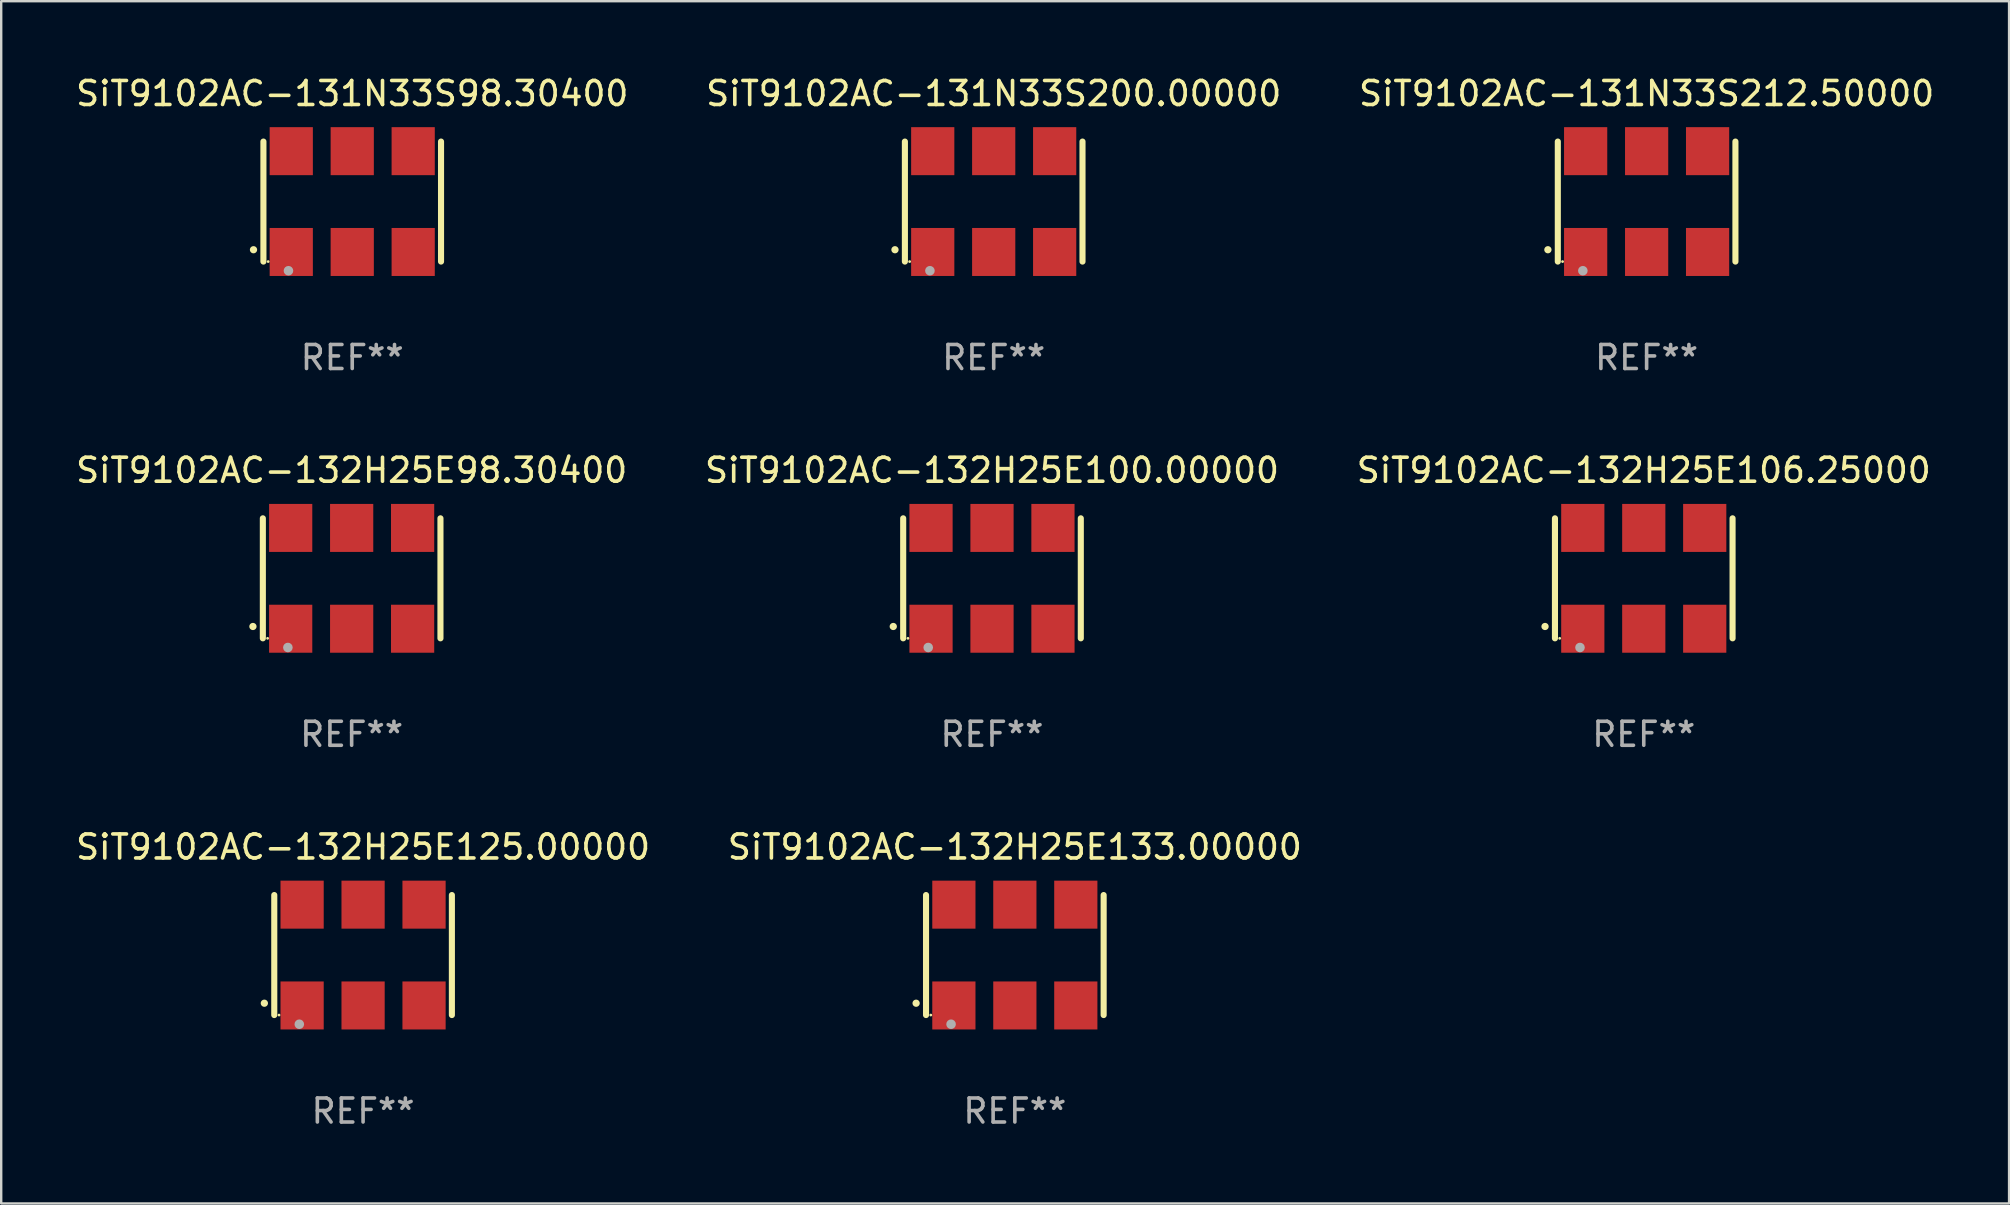
<source format=kicad_pcb>
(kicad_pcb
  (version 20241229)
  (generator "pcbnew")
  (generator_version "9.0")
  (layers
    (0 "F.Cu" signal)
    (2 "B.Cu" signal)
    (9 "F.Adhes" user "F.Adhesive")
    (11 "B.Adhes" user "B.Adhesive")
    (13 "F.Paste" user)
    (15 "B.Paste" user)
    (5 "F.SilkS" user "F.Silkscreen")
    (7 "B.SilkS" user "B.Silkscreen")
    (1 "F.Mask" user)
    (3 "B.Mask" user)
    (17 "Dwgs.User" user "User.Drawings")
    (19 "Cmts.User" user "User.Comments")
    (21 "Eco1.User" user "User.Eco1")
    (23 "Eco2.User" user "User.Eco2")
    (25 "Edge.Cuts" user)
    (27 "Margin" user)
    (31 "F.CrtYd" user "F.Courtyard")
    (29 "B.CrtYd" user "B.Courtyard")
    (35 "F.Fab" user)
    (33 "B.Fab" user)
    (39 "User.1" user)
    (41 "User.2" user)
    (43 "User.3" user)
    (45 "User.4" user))
  (footprint "SiT9102AC-132H25E106.25000"
    (layer "F.Cu")
    (at 65.435 21.045)
    (property "Reference" "SiT9102AC-132H25E106.25000" (at 0 -4.5 0) (layer "F.SilkS") (effects (font (size 1 1) (thickness 0.15))))
    (attr through_hole)
    (fp_line (start -3.7 -2.5) (end -3.7 2.5) (stroke (width 0.254) (type solid)) (layer "F.SilkS"))
    (fp_line (start 3.7 -2.5) (end 3.7 2.5) (stroke (width 0.254) (type solid)) (layer "F.SilkS"))
    (fp_arc (start -4.114415 2.006604) (mid -4.113145 2.006599) (end -4.111875 2.006604) (stroke (width 0.3) (type solid)) (layer "F.SilkS"))
    (fp_circle (center -3.502 2.5) (end -3.472 2.5) (stroke (width 0.06) (type solid)) (fill no) (layer "F.SilkS"))
    (fp_circle (center -2.657 2.882) (end -2.557 2.882) (stroke (width 0.2) (type solid)) (fill no) (layer "F.Fab"))
    (fp_text user "REF**" (at 0 6.5 0) (layer "F.Fab") (effects (font (size 1 1) (thickness 0.15))))
    (pad "1" smd rect (at -2.54 2.1) (size 1.8 2) (layers "F.Cu" "F.Mask" "F.Paste"))
    (pad "2" smd rect (at 0.000394 2.1) (size 1.8 2) (layers "F.Cu" "F.Mask" "F.Paste"))
    (pad "3" smd rect (at 2.54 2.1) (size 1.8 2) (layers "F.Cu" "F.Mask" "F.Paste"))
    (pad "4" smd rect (at 2.54 -2.1) (size 1.8 2) (layers "F.Cu" "F.Mask" "F.Paste"))
    (pad "5" smd rect (at 0.000394 -2.1) (size 1.8 2) (layers "F.Cu" "F.Mask" "F.Paste"))
    (pad "6" smd rect (at -2.54 -2.1) (size 1.8 2) (layers "F.Cu" "F.Mask" "F.Paste")))
  (footprint "SiT9102AC-132H25E125.00000"
    (layer "F.Cu")
    (at 12.077 36.741)
    (property "Reference" "SiT9102AC-132H25E125.00000" (at 0 -4.5 0) (layer "F.SilkS") (effects (font (size 1 1) (thickness 0.15))))
    (attr through_hole)
    (fp_line (start -3.7 -2.5) (end -3.7 2.5) (stroke (width 0.254) (type solid)) (layer "F.SilkS"))
    (fp_line (start 3.7 -2.5) (end 3.7 2.5) (stroke (width 0.254) (type solid)) (layer "F.SilkS"))
    (fp_arc (start -4.114415 2.006604) (mid -4.113145 2.006599) (end -4.111875 2.006604) (stroke (width 0.3) (type solid)) (layer "F.SilkS"))
    (fp_circle (center -3.502 2.5) (end -3.472 2.5) (stroke (width 0.06) (type solid)) (fill no) (layer "F.SilkS"))
    (fp_circle (center -2.657 2.882) (end -2.557 2.882) (stroke (width 0.2) (type solid)) (fill no) (layer "F.Fab"))
    (fp_text user "REF**" (at 0 6.5 0) (layer "F.Fab") (effects (font (size 1 1) (thickness 0.15))))
    (pad "1" smd rect (at -2.54 2.1) (size 1.8 2) (layers "F.Cu" "F.Mask" "F.Paste"))
    (pad "2" smd rect (at 0.000394 2.1) (size 1.8 2) (layers "F.Cu" "F.Mask" "F.Paste"))
    (pad "3" smd rect (at 2.54 2.1) (size 1.8 2) (layers "F.Cu" "F.Mask" "F.Paste"))
    (pad "4" smd rect (at 2.54 -2.1) (size 1.8 2) (layers "F.Cu" "F.Mask" "F.Paste"))
    (pad "5" smd rect (at 0.000394 -2.1) (size 1.8 2) (layers "F.Cu" "F.Mask" "F.Paste"))
    (pad "6" smd rect (at -2.54 -2.1) (size 1.8 2) (layers "F.Cu" "F.Mask" "F.Paste")))
  (footprint "SiT9102AC-131N33S98.30400"
    (layer "F.Cu")
    (at 11.625 5.348)
    (property "Reference" "SiT9102AC-131N33S98.30400" (at 0 -4.5 0) (layer "F.SilkS") (effects (font (size 1 1) (thickness 0.15))))
    (attr through_hole)
    (fp_line (start -3.7 -2.5) (end -3.7 2.5) (stroke (width 0.254) (type solid)) (layer "F.SilkS"))
    (fp_line (start 3.7 -2.5) (end 3.7 2.5) (stroke (width 0.254) (type solid)) (layer "F.SilkS"))
    (fp_arc (start -4.114415 2.006604) (mid -4.113145 2.006599) (end -4.111875 2.006604) (stroke (width 0.3) (type solid)) (layer "F.SilkS"))
    (fp_circle (center -3.502 2.5) (end -3.472 2.5) (stroke (width 0.06) (type solid)) (fill no) (layer "F.SilkS"))
    (fp_circle (center -2.657 2.882) (end -2.557 2.882) (stroke (width 0.2) (type solid)) (fill no) (layer "F.Fab"))
    (fp_text user "REF**" (at 0 6.5 0) (layer "F.Fab") (effects (font (size 1 1) (thickness 0.15))))
    (pad "1" smd rect (at -2.54 2.1) (size 1.8 2) (layers "F.Cu" "F.Mask" "F.Paste"))
    (pad "2" smd rect (at 0.000394 2.1) (size 1.8 2) (layers "F.Cu" "F.Mask" "F.Paste"))
    (pad "3" smd rect (at 2.54 2.1) (size 1.8 2) (layers "F.Cu" "F.Mask" "F.Paste"))
    (pad "4" smd rect (at 2.54 -2.1) (size 1.8 2) (layers "F.Cu" "F.Mask" "F.Paste"))
    (pad "5" smd rect (at 0.000394 -2.1) (size 1.8 2) (layers "F.Cu" "F.Mask" "F.Paste"))
    (pad "6" smd rect (at -2.54 -2.1) (size 1.8 2) (layers "F.Cu" "F.Mask" "F.Paste")))
  (footprint "SiT9102AC-132H25E98.30400"
    (layer "F.Cu")
    (at 11.601 21.045)
    (property "Reference" "SiT9102AC-132H25E98.30400" (at 0 -4.5 0) (layer "F.SilkS") (effects (font (size 1 1) (thickness 0.15))))
    (attr through_hole)
    (fp_line (start -3.7 -2.5) (end -3.7 2.5) (stroke (width 0.254) (type solid)) (layer "F.SilkS"))
    (fp_line (start 3.7 -2.5) (end 3.7 2.5) (stroke (width 0.254) (type solid)) (layer "F.SilkS"))
    (fp_arc (start -4.114415 2.006604) (mid -4.113145 2.006599) (end -4.111875 2.006604) (stroke (width 0.3) (type solid)) (layer "F.SilkS"))
    (fp_circle (center -3.502 2.5) (end -3.472 2.5) (stroke (width 0.06) (type solid)) (fill no) (layer "F.SilkS"))
    (fp_circle (center -2.657 2.882) (end -2.557 2.882) (stroke (width 0.2) (type solid)) (fill no) (layer "F.Fab"))
    (fp_text user "REF**" (at 0 6.5 0) (layer "F.Fab") (effects (font (size 1 1) (thickness 0.15))))
    (pad "1" smd rect (at -2.54 2.1) (size 1.8 2) (layers "F.Cu" "F.Mask" "F.Paste"))
    (pad "2" smd rect (at 0.000394 2.1) (size 1.8 2) (layers "F.Cu" "F.Mask" "F.Paste"))
    (pad "3" smd rect (at 2.54 2.1) (size 1.8 2) (layers "F.Cu" "F.Mask" "F.Paste"))
    (pad "4" smd rect (at 2.54 -2.1) (size 1.8 2) (layers "F.Cu" "F.Mask" "F.Paste"))
    (pad "5" smd rect (at 0.000394 -2.1) (size 1.8 2) (layers "F.Cu" "F.Mask" "F.Paste"))
    (pad "6" smd rect (at -2.54 -2.1) (size 1.8 2) (layers "F.Cu" "F.Mask" "F.Paste")))
  (footprint "SiT9102AC-132H25E100.00000"
    (layer "F.Cu")
    (at 38.28 21.045)
    (property "Reference" "SiT9102AC-132H25E100.00000" (at 0 -4.5 0) (layer "F.SilkS") (effects (font (size 1 1) (thickness 0.15))))
    (attr through_hole)
    (fp_line (start -3.7 -2.5) (end -3.7 2.5) (stroke (width 0.254) (type solid)) (layer "F.SilkS"))
    (fp_line (start 3.7 -2.5) (end 3.7 2.5) (stroke (width 0.254) (type solid)) (layer "F.SilkS"))
    (fp_arc (start -4.114415 2.006604) (mid -4.113145 2.006599) (end -4.111875 2.006604) (stroke (width 0.3) (type solid)) (layer "F.SilkS"))
    (fp_circle (center -3.502 2.5) (end -3.472 2.5) (stroke (width 0.06) (type solid)) (fill no) (layer "F.SilkS"))
    (fp_circle (center -2.657 2.882) (end -2.557 2.882) (stroke (width 0.2) (type solid)) (fill no) (layer "F.Fab"))
    (fp_text user "REF**" (at 0 6.5 0) (layer "F.Fab") (effects (font (size 1 1) (thickness 0.15))))
    (pad "1" smd rect (at -2.54 2.1) (size 1.8 2) (layers "F.Cu" "F.Mask" "F.Paste"))
    (pad "2" smd rect (at 0.000394 2.1) (size 1.8 2) (layers "F.Cu" "F.Mask" "F.Paste"))
    (pad "3" smd rect (at 2.54 2.1) (size 1.8 2) (layers "F.Cu" "F.Mask" "F.Paste"))
    (pad "4" smd rect (at 2.54 -2.1) (size 1.8 2) (layers "F.Cu" "F.Mask" "F.Paste"))
    (pad "5" smd rect (at 0.000394 -2.1) (size 1.8 2) (layers "F.Cu" "F.Mask" "F.Paste"))
    (pad "6" smd rect (at -2.54 -2.1) (size 1.8 2) (layers "F.Cu" "F.Mask" "F.Paste")))
  (footprint "SiT9102AC-131N33S212.50000"
    (layer "F.Cu")
    (at 65.554 5.348)
    (property "Reference" "SiT9102AC-131N33S212.50000" (at 0 -4.5 0) (layer "F.SilkS") (effects (font (size 1 1) (thickness 0.15))))
    (attr through_hole)
    (fp_line (start -3.7 -2.5) (end -3.7 2.5) (stroke (width 0.254) (type solid)) (layer "F.SilkS"))
    (fp_line (start 3.7 -2.5) (end 3.7 2.5) (stroke (width 0.254) (type solid)) (layer "F.SilkS"))
    (fp_arc (start -4.114415 2.006604) (mid -4.113145 2.006599) (end -4.111875 2.006604) (stroke (width 0.3) (type solid)) (layer "F.SilkS"))
    (fp_circle (center -3.502 2.5) (end -3.472 2.5) (stroke (width 0.06) (type solid)) (fill no) (layer "F.SilkS"))
    (fp_circle (center -2.657 2.882) (end -2.557 2.882) (stroke (width 0.2) (type solid)) (fill no) (layer "F.Fab"))
    (fp_text user "REF**" (at 0 6.5 0) (layer "F.Fab") (effects (font (size 1 1) (thickness 0.15))))
    (pad "1" smd rect (at -2.54 2.1) (size 1.8 2) (layers "F.Cu" "F.Mask" "F.Paste"))
    (pad "2" smd rect (at 0.000394 2.1) (size 1.8 2) (layers "F.Cu" "F.Mask" "F.Paste"))
    (pad "3" smd rect (at 2.54 2.1) (size 1.8 2) (layers "F.Cu" "F.Mask" "F.Paste"))
    (pad "4" smd rect (at 2.54 -2.1) (size 1.8 2) (layers "F.Cu" "F.Mask" "F.Paste"))
    (pad "5" smd rect (at 0.000394 -2.1) (size 1.8 2) (layers "F.Cu" "F.Mask" "F.Paste"))
    (pad "6" smd rect (at -2.54 -2.1) (size 1.8 2) (layers "F.Cu" "F.Mask" "F.Paste")))
  (footprint "SiT9102AC-132H25E133.00000"
    (layer "F.Cu")
    (at 39.232 36.741)
    (property "Reference" "SiT9102AC-132H25E133.00000" (at 0 -4.5 0) (layer "F.SilkS") (effects (font (size 1 1) (thickness 0.15))))
    (attr through_hole)
    (fp_line (start -3.7 -2.5) (end -3.7 2.5) (stroke (width 0.254) (type solid)) (layer "F.SilkS"))
    (fp_line (start 3.7 -2.5) (end 3.7 2.5) (stroke (width 0.254) (type solid)) (layer "F.SilkS"))
    (fp_arc (start -4.114415 2.006604) (mid -4.113145 2.006599) (end -4.111875 2.006604) (stroke (width 0.3) (type solid)) (layer "F.SilkS"))
    (fp_circle (center -3.502 2.5) (end -3.472 2.5) (stroke (width 0.06) (type solid)) (fill no) (layer "F.SilkS"))
    (fp_circle (center -2.657 2.882) (end -2.557 2.882) (stroke (width 0.2) (type solid)) (fill no) (layer "F.Fab"))
    (fp_text user "REF**" (at 0 6.5 0) (layer "F.Fab") (effects (font (size 1 1) (thickness 0.15))))
    (pad "1" smd rect (at -2.54 2.1) (size 1.8 2) (layers "F.Cu" "F.Mask" "F.Paste"))
    (pad "2" smd rect (at 0.000394 2.1) (size 1.8 2) (layers "F.Cu" "F.Mask" "F.Paste"))
    (pad "3" smd rect (at 2.54 2.1) (size 1.8 2) (layers "F.Cu" "F.Mask" "F.Paste"))
    (pad "4" smd rect (at 2.54 -2.1) (size 1.8 2) (layers "F.Cu" "F.Mask" "F.Paste"))
    (pad "5" smd rect (at 0.000394 -2.1) (size 1.8 2) (layers "F.Cu" "F.Mask" "F.Paste"))
    (pad "6" smd rect (at -2.54 -2.1) (size 1.8 2) (layers "F.Cu" "F.Mask" "F.Paste")))
  (footprint "SiT9102AC-131N33S200.00000"
    (layer "F.Cu")
    (at 38.351 5.348)
    (property "Reference" "SiT9102AC-131N33S200.00000" (at 0 -4.5 0) (layer "F.SilkS") (effects (font (size 1 1) (thickness 0.15))))
    (attr through_hole)
    (fp_line (start -3.7 -2.5) (end -3.7 2.5) (stroke (width 0.254) (type solid)) (layer "F.SilkS"))
    (fp_line (start 3.7 -2.5) (end 3.7 2.5) (stroke (width 0.254) (type solid)) (layer "F.SilkS"))
    (fp_arc (start -4.114415 2.006604) (mid -4.113145 2.006599) (end -4.111875 2.006604) (stroke (width 0.3) (type solid)) (layer "F.SilkS"))
    (fp_circle (center -3.502 2.5) (end -3.472 2.5) (stroke (width 0.06) (type solid)) (fill no) (layer "F.SilkS"))
    (fp_circle (center -2.657 2.882) (end -2.557 2.882) (stroke (width 0.2) (type solid)) (fill no) (layer "F.Fab"))
    (fp_text user "REF**" (at 0 6.5 0) (layer "F.Fab") (effects (font (size 1 1) (thickness 0.15))))
    (pad "1" smd rect (at -2.54 2.1) (size 1.8 2) (layers "F.Cu" "F.Mask" "F.Paste"))
    (pad "2" smd rect (at 0.000394 2.1) (size 1.8 2) (layers "F.Cu" "F.Mask" "F.Paste"))
    (pad "3" smd rect (at 2.54 2.1) (size 1.8 2) (layers "F.Cu" "F.Mask" "F.Paste"))
    (pad "4" smd rect (at 2.54 -2.1) (size 1.8 2) (layers "F.Cu" "F.Mask" "F.Paste"))
    (pad "5" smd rect (at 0.000394 -2.1) (size 1.8 2) (layers "F.Cu" "F.Mask" "F.Paste"))
    (pad "6" smd rect (at -2.54 -2.1) (size 1.8 2) (layers "F.Cu" "F.Mask" "F.Paste")))
  (gr_rect
    (start -3 -3)
    (end 80.655 47.09)
    (stroke (width 0.1) (type default))
    (fill no)
    (layer "Edge.Cuts")))
</source>
